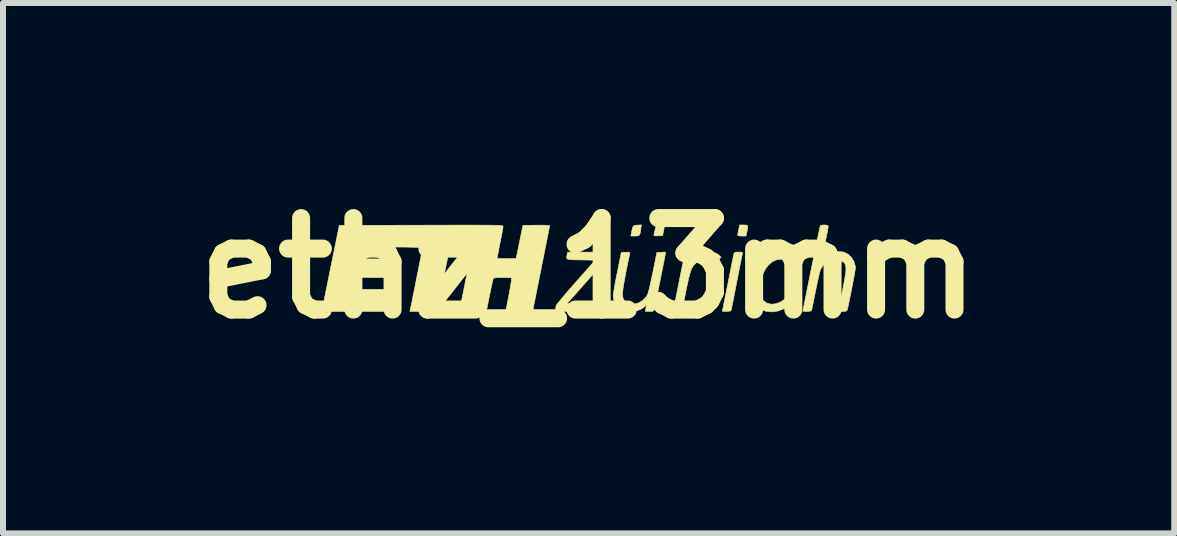
<source format=kicad_pcb>
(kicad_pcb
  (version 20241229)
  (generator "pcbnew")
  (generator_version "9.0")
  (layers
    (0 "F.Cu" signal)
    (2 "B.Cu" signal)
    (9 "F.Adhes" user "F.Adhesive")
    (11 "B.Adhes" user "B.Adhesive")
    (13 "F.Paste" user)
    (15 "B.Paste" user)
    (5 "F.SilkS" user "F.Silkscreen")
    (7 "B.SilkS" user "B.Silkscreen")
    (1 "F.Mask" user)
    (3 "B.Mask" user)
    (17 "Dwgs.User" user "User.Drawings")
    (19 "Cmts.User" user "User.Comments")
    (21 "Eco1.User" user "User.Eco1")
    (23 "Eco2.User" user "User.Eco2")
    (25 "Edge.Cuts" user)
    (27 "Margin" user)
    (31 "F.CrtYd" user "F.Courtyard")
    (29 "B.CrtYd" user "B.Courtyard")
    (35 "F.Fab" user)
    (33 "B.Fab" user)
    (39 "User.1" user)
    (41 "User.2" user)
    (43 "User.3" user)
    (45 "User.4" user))
  (footprint "ethz_13mm"
    (layer "F.Cu")
    (at 6.756 1.418)
    (property "Reference" "ethz_13mm" (at 0 0 0) (layer "F.SilkS") (effects (font (size 1.524 1.524) (thickness 0.3))))
    (attr through_hole)
    (fp_poly (pts (xy 0.869 -0.65) (xy 0.861 -0.594) (xy 0.851 -0.56) (xy 0.835 -0.543) (xy 0.807 -0.537) (xy 0.774 -0.536) (xy 0.704 -0.536) (xy 0.714 -0.589) (xy 0.726 -0.648) (xy 0.736 -0.684) (xy 0.75 -0.704) (xy 0.771 -0.713) (xy 0.804 -0.717) (xy 0.811 -0.717) (xy 0.879 -0.721) (xy 0.869 -0.65)) (stroke (width 0.01) (type solid)) (fill yes) (layer "F.SilkS"))
    (fp_poly (pts (xy 2.622 -0.719) (xy 2.644 -0.712) (xy 2.652 -0.694) (xy 2.648 -0.659) (xy 2.638 -0.607) (xy 2.622 -0.536) (xy 2.553 -0.536) (xy 2.513 -0.538) (xy 2.488 -0.544) (xy 2.484 -0.548) (xy 2.486 -0.567) (xy 2.493 -0.605) (xy 2.5 -0.64) (xy 2.516 -0.72) (xy 2.584 -0.72) (xy 2.622 -0.719)) (stroke (width 0.01) (type solid)) (fill yes) (layer "F.SilkS"))
    (fp_poly (pts (xy 1.25 -0.712) (xy 1.259 -0.691) (xy 1.255 -0.649) (xy 1.25 -0.626) (xy 1.234 -0.543) (xy 1.16 -0.539) (xy 1.119 -0.539) (xy 1.093 -0.542) (xy 1.087 -0.546) (xy 1.09 -0.565) (xy 1.098 -0.602) (xy 1.106 -0.635) (xy 1.117 -0.679) (xy 1.128 -0.703) (xy 1.146 -0.713) (xy 1.177 -0.717) (xy 1.177 -0.717) (xy 1.225 -0.719) (xy 1.25 -0.712)) (stroke (width 0.01) (type solid)) (fill yes) (layer "F.SilkS"))
    (fp_poly (pts (xy 2.541 -0.267) (xy 2.561 -0.261) (xy 2.564 -0.249) (xy 2.563 -0.243) (xy 2.558 -0.224) (xy 2.549 -0.18) (xy 2.536 -0.116) (xy 2.52 -0.034) (xy 2.501 0.061) (xy 2.481 0.166) (xy 2.469 0.226) (xy 2.448 0.335) (xy 2.428 0.436) (xy 2.411 0.525) (xy 2.396 0.599) (xy 2.385 0.655) (xy 2.378 0.688) (xy 2.376 0.695) (xy 2.365 0.711) (xy 2.338 0.718) (xy 2.299 0.72) (xy 2.259 0.719) (xy 2.234 0.717) (xy 2.23 0.716) (xy 2.232 0.701) (xy 2.24 0.663) (xy 2.251 0.604) (xy 2.266 0.53) (xy 2.283 0.444) (xy 2.302 0.349) (xy 2.322 0.25) (xy 2.342 0.151) (xy 2.361 0.055) (xy 2.379 -0.034) (xy 2.394 -0.111) (xy 2.407 -0.173) (xy 2.416 -0.216) (xy 2.42 -0.236) (xy 2.428 -0.255) (xy 2.446 -0.265) (xy 2.482 -0.268) (xy 2.499 -0.268) (xy 2.541 -0.267)) (stroke (width 0.01) (type solid)) (fill yes) (layer "F.SilkS"))
    (fp_poly (pts (xy 0.305 -0.209) (xy 0.294 -0.166) (xy 0.28 -0.133) (xy 0.276 -0.127) (xy 0.263 -0.112) (xy 0.233 -0.078) (xy 0.189 -0.028) (xy 0.133 0.034) (xy 0.068 0.108) (xy -0.004 0.188) (xy -0.049 0.24) (xy -0.356 0.586) (xy -0.099 0.589) (xy 0.159 0.593) (xy 0.15 0.637) (xy 0.144 0.674) (xy 0.141 0.7) (xy 0.137 0.706) (xy 0.121 0.711) (xy 0.092 0.715) (xy 0.047 0.717) (xy -0.019 0.719) (xy -0.107 0.719) (xy -0.205 0.72) (xy -0.55 0.72) (xy -0.55 0.685) (xy -0.545 0.643) (xy -0.538 0.618) (xy -0.526 0.6) (xy -0.497 0.564) (xy -0.454 0.512) (xy -0.399 0.447) (xy -0.335 0.372) (xy -0.263 0.289) (xy -0.207 0.226) (xy 0.111 -0.134) (xy -0.128 -0.138) (xy -0.217 -0.139) (xy -0.281 -0.141) (xy -0.325 -0.145) (xy -0.351 -0.152) (xy -0.363 -0.164) (xy -0.366 -0.181) (xy -0.362 -0.206) (xy -0.358 -0.224) (xy -0.349 -0.268) (xy 0.314 -0.268) (xy 0.305 -0.209)) (stroke (width 0.01) (type solid)) (fill yes) (layer "F.SilkS"))
    (fp_poly (pts (xy 3.301 -0.268) (xy 3.369 -0.25) (xy 3.428 -0.214) (xy 3.461 -0.186) (xy 3.489 -0.156) (xy 3.495 -0.132) (xy 3.479 -0.107) (xy 3.451 -0.081) (xy 3.404 -0.043) (xy 3.354 -0.09) (xy 3.29 -0.133) (xy 3.218 -0.151) (xy 3.143 -0.144) (xy 3.069 -0.113) (xy 3 -0.057) (xy 2.997 -0.054) (xy 2.943 0.018) (xy 2.9 0.106) (xy 2.87 0.202) (xy 2.854 0.3) (xy 2.854 0.393) (xy 2.871 0.473) (xy 2.878 0.489) (xy 2.918 0.547) (xy 2.973 0.583) (xy 3.04 0.6) (xy 3.114 0.594) (xy 3.191 0.567) (xy 3.238 0.538) (xy 3.298 0.495) (xy 3.338 0.537) (xy 3.362 0.567) (xy 3.367 0.592) (xy 3.352 0.616) (xy 3.315 0.643) (xy 3.258 0.674) (xy 3.153 0.714) (xy 3.049 0.728) (xy 2.95 0.716) (xy 2.947 0.715) (xy 2.858 0.679) (xy 2.791 0.625) (xy 2.744 0.554) (xy 2.717 0.463) (xy 2.71 0.361) (xy 2.72 0.224) (xy 2.752 0.097) (xy 2.802 -0.016) (xy 2.868 -0.113) (xy 2.951 -0.189) (xy 3.016 -0.228) (xy 3.072 -0.254) (xy 3.118 -0.268) (xy 3.168 -0.274) (xy 3.217 -0.274) (xy 3.301 -0.268)) (stroke (width 0.01) (type solid)) (fill yes) (layer "F.SilkS"))
    (fp_poly (pts (xy 2.079 -0.267) (xy 2.148 -0.235) (xy 2.169 -0.218) (xy 2.208 -0.183) (xy 2.154 -0.135) (xy 2.099 -0.086) (xy 2.057 -0.117) (xy 2 -0.143) (xy 1.933 -0.147) (xy 1.864 -0.13) (xy 1.821 -0.108) (xy 1.786 -0.083) (xy 1.757 -0.055) (xy 1.732 -0.022) (xy 1.711 0.02) (xy 1.692 0.076) (xy 1.672 0.148) (xy 1.651 0.241) (xy 1.629 0.348) (xy 1.61 0.44) (xy 1.593 0.523) (xy 1.579 0.594) (xy 1.567 0.648) (xy 1.561 0.681) (xy 1.559 0.688) (xy 1.551 0.707) (xy 1.533 0.717) (xy 1.497 0.72) (xy 1.481 0.72) (xy 1.441 0.719) (xy 1.416 0.717) (xy 1.411 0.716) (xy 1.414 0.701) (xy 1.421 0.663) (xy 1.433 0.604) (xy 1.447 0.53) (xy 1.465 0.444) (xy 1.483 0.349) (xy 1.503 0.25) (xy 1.523 0.151) (xy 1.542 0.055) (xy 1.56 -0.034) (xy 1.576 -0.111) (xy 1.588 -0.173) (xy 1.597 -0.216) (xy 1.602 -0.236) (xy 1.61 -0.256) (xy 1.628 -0.265) (xy 1.664 -0.268) (xy 1.679 -0.268) (xy 1.748 -0.268) (xy 1.732 -0.162) (xy 1.765 -0.192) (xy 1.836 -0.24) (xy 1.917 -0.269) (xy 1.999 -0.278) (xy 2.079 -0.267)) (stroke (width 0.01) (type solid)) (fill yes) (layer "F.SilkS"))
    (fp_poly (pts (xy 0.682 -0.264) (xy 0.688 -0.253) (xy 0.685 -0.237) (xy 0.665 -0.148) (xy 0.645 -0.051) (xy 0.625 0.049) (xy 0.607 0.147) (xy 0.59 0.238) (xy 0.577 0.317) (xy 0.569 0.379) (xy 0.565 0.42) (xy 0.564 0.425) (xy 0.573 0.497) (xy 0.599 0.548) (xy 0.645 0.581) (xy 0.677 0.593) (xy 0.752 0.599) (xy 0.827 0.581) (xy 0.896 0.543) (xy 0.953 0.487) (xy 0.981 0.441) (xy 0.992 0.412) (xy 1.006 0.36) (xy 1.023 0.29) (xy 1.042 0.206) (xy 1.062 0.113) (xy 1.072 0.064) (xy 1.137 -0.261) (xy 1.211 -0.265) (xy 1.252 -0.267) (xy 1.278 -0.266) (xy 1.284 -0.265) (xy 1.281 -0.25) (xy 1.274 -0.211) (xy 1.263 -0.153) (xy 1.248 -0.079) (xy 1.231 0.008) (xy 1.212 0.102) (xy 1.192 0.201) (xy 1.172 0.301) (xy 1.153 0.397) (xy 1.135 0.485) (xy 1.119 0.563) (xy 1.107 0.625) (xy 1.098 0.668) (xy 1.094 0.688) (xy 1.085 0.707) (xy 1.067 0.717) (xy 1.031 0.72) (xy 1.017 0.72) (xy 0.947 0.72) (xy 0.955 0.667) (xy 0.964 0.614) (xy 0.93 0.645) (xy 0.868 0.686) (xy 0.79 0.714) (xy 0.707 0.728) (xy 0.628 0.724) (xy 0.588 0.714) (xy 0.515 0.673) (xy 0.459 0.612) (xy 0.422 0.538) (xy 0.41 0.459) (xy 0.413 0.429) (xy 0.421 0.376) (xy 0.433 0.305) (xy 0.448 0.221) (xy 0.466 0.127) (xy 0.478 0.071) (xy 0.544 -0.261) (xy 0.618 -0.265) (xy 0.661 -0.267) (xy 0.682 -0.264)) (stroke (width 0.01) (type solid)) (fill yes) (layer "F.SilkS"))
    (fp_poly (pts (xy 3.948 -0.719) (xy 3.979 -0.713) (xy 3.993 -0.702) (xy 3.993 -0.701) (xy 3.991 -0.681) (xy 3.983 -0.639) (xy 3.972 -0.579) (xy 3.958 -0.506) (xy 3.944 -0.437) (xy 3.928 -0.358) (xy 3.914 -0.29) (xy 3.904 -0.235) (xy 3.897 -0.201) (xy 3.895 -0.189) (xy 3.906 -0.194) (xy 3.935 -0.208) (xy 3.969 -0.226) (xy 4.061 -0.262) (xy 4.154 -0.277) (xy 4.242 -0.27) (xy 4.249 -0.268) (xy 4.319 -0.235) (xy 4.377 -0.181) (xy 4.42 -0.112) (xy 4.443 -0.033) (xy 4.445 0) (xy 4.442 0.022) (xy 4.435 0.066) (xy 4.424 0.128) (xy 4.41 0.204) (xy 4.394 0.288) (xy 4.377 0.375) (xy 4.36 0.461) (xy 4.343 0.54) (xy 4.329 0.608) (xy 4.318 0.661) (xy 4.31 0.692) (xy 4.309 0.695) (xy 4.298 0.711) (xy 4.271 0.718) (xy 4.232 0.72) (xy 4.192 0.719) (xy 4.167 0.717) (xy 4.163 0.715) (xy 4.165 0.701) (xy 4.173 0.663) (xy 4.184 0.605) (xy 4.199 0.531) (xy 4.216 0.445) (xy 4.226 0.395) (xy 4.25 0.272) (xy 4.268 0.174) (xy 4.28 0.096) (xy 4.287 0.036) (xy 4.287 -0.009) (xy 4.283 -0.044) (xy 4.273 -0.07) (xy 4.261 -0.089) (xy 4.214 -0.129) (xy 4.155 -0.147) (xy 4.089 -0.146) (xy 4.022 -0.127) (xy 3.959 -0.092) (xy 3.904 -0.042) (xy 3.865 0.021) (xy 3.862 0.028) (xy 3.853 0.057) (xy 3.84 0.108) (xy 3.824 0.177) (xy 3.806 0.259) (xy 3.787 0.349) (xy 3.782 0.374) (xy 3.765 0.463) (xy 3.748 0.544) (xy 3.734 0.612) (xy 3.724 0.662) (xy 3.717 0.691) (xy 3.716 0.695) (xy 3.705 0.711) (xy 3.678 0.718) (xy 3.64 0.72) (xy 3.6 0.719) (xy 3.575 0.717) (xy 3.57 0.716) (xy 3.573 0.699) (xy 3.581 0.658) (xy 3.593 0.596) (xy 3.609 0.516) (xy 3.628 0.421) (xy 3.649 0.315) (xy 3.672 0.2) (xy 3.696 0.08) (xy 3.721 -0.042) (xy 3.746 -0.162) (xy 3.77 -0.278) (xy 3.792 -0.387) (xy 3.812 -0.485) (xy 3.83 -0.568) (xy 3.844 -0.635) (xy 3.854 -0.681) (xy 3.859 -0.704) (xy 3.86 -0.706) (xy 3.878 -0.716) (xy 3.911 -0.72) (xy 3.948 -0.719)) (stroke (width 0.01) (type solid)) (fill yes) (layer "F.SilkS"))
    (fp_poly (pts (xy -1.905 -0.718) (xy -1.795 -0.717) (xy -1.703 -0.717) (xy -1.628 -0.716) (xy -1.567 -0.715) (xy -1.52 -0.713) (xy -1.485 -0.711) (xy -1.459 -0.709) (xy -1.442 -0.707) (xy -1.432 -0.703) (xy -1.427 -0.7) (xy -1.425 -0.696) (xy -1.425 -0.694) (xy -1.428 -0.672) (xy -1.435 -0.628) (xy -1.447 -0.566) (xy -1.461 -0.491) (xy -1.475 -0.423) (xy -1.491 -0.343) (xy -1.504 -0.273) (xy -1.515 -0.217) (xy -1.522 -0.18) (xy -1.524 -0.166) (xy -1.511 -0.162) (xy -1.475 -0.159) (xy -1.422 -0.158) (xy -1.366 -0.158) (xy -1.207 -0.162) (xy -1.094 -0.713) (xy -0.871 -0.716) (xy -0.796 -0.717) (xy -0.731 -0.716) (xy -0.682 -0.714) (xy -0.654 -0.711) (xy -0.649 -0.708) (xy -0.652 -0.693) (xy -0.66 -0.652) (xy -0.672 -0.589) (xy -0.688 -0.506) (xy -0.708 -0.406) (xy -0.731 -0.292) (xy -0.756 -0.166) (xy -0.783 -0.031) (xy -0.79 0.006) (xy -0.818 0.143) (xy -0.843 0.271) (xy -0.867 0.388) (xy -0.887 0.491) (xy -0.905 0.578) (xy -0.918 0.646) (xy -0.927 0.691) (xy -0.931 0.713) (xy -0.931 0.714) (xy -0.945 0.716) (xy -0.981 0.718) (xy -1.037 0.719) (xy -1.107 0.72) (xy -1.157 0.72) (xy -1.383 0.72) (xy -1.376 0.688) (xy -1.366 0.644) (xy -1.354 0.584) (xy -1.34 0.514) (xy -1.326 0.439) (xy -1.312 0.364) (xy -1.3 0.294) (xy -1.29 0.234) (xy -1.284 0.189) (xy -1.281 0.165) (xy -1.282 0.162) (xy -1.298 0.159) (xy -1.336 0.157) (xy -1.39 0.156) (xy -1.435 0.155) (xy -1.502 0.156) (xy -1.546 0.158) (xy -1.572 0.163) (xy -1.586 0.171) (xy -1.591 0.18) (xy -1.596 0.201) (xy -1.606 0.245) (xy -1.62 0.307) (xy -1.635 0.381) (xy -1.651 0.458) (xy -1.702 0.713) (xy -1.923 0.716) (xy -2.01 0.718) (xy -2.072 0.717) (xy -2.113 0.715) (xy -2.136 0.71) (xy -2.145 0.704) (xy -2.145 0.702) (xy -2.142 0.684) (xy -2.135 0.642) (xy -2.123 0.579) (xy -2.107 0.497) (xy -2.088 0.401) (xy -2.066 0.292) (xy -2.043 0.175) (xy -2.041 0.165) (xy -1.937 -0.353) (xy -2.126 -0.353) (xy -2.195 -0.352) (xy -2.253 -0.352) (xy -2.294 -0.351) (xy -2.313 -0.349) (xy -2.314 -0.349) (xy -2.317 -0.334) (xy -2.325 -0.296) (xy -2.337 -0.235) (xy -2.352 -0.156) (xy -2.371 -0.061) (xy -2.393 0.046) (xy -2.416 0.163) (xy -2.42 0.183) (xy -2.444 0.301) (xy -2.465 0.41) (xy -2.485 0.508) (xy -2.501 0.59) (xy -2.514 0.653) (xy -2.522 0.696) (xy -2.526 0.715) (xy -2.526 0.716) (xy -2.539 0.717) (xy -2.576 0.718) (xy -2.632 0.719) (xy -2.701 0.72) (xy -2.752 0.72) (xy -2.978 0.72) (xy -2.97 0.688) (xy -2.965 0.662) (xy -2.955 0.615) (xy -2.941 0.548) (xy -2.925 0.466) (xy -2.906 0.374) (xy -2.886 0.274) (xy -2.866 0.17) (xy -2.845 0.067) (xy -2.825 -0.032) (xy -2.807 -0.124) (xy -2.792 -0.204) (xy -2.779 -0.269) (xy -2.77 -0.315) (xy -2.766 -0.338) (xy -2.766 -0.34) (xy -2.779 -0.343) (xy -2.818 -0.346) (xy -2.879 -0.348) (xy -2.959 -0.35) (xy -3.055 -0.352) (xy -3.163 -0.352) (xy -3.273 -0.353) (xy -3.779 -0.353) (xy -3.795 -0.282) (xy -3.804 -0.241) (xy -3.81 -0.211) (xy -3.81 -0.188) (xy -3.8 -0.173) (xy -3.778 -0.163) (xy -3.741 -0.158) (xy -3.685 -0.155) (xy -3.607 -0.155) (xy -3.505 -0.155) (xy -3.491 -0.155) (xy -3.384 -0.155) (xy -3.303 -0.154) (xy -3.244 -0.152) (xy -3.206 -0.149) (xy -3.185 -0.145) (xy -3.178 -0.139) (xy -3.179 -0.138) (xy -3.184 -0.117) (xy -3.193 -0.075) (xy -3.204 -0.02) (xy -3.211 0.018) (xy -3.237 0.155) (xy -3.558 0.155) (xy -3.662 0.155) (xy -3.741 0.155) (xy -3.799 0.157) (xy -3.84 0.161) (xy -3.866 0.168) (xy -3.882 0.18) (xy -3.891 0.197) (xy -3.896 0.22) (xy -3.901 0.251) (xy -3.902 0.254) (xy -3.91 0.295) (xy -3.917 0.327) (xy -3.918 0.328) (xy -3.918 0.336) (xy -3.913 0.342) (xy -3.898 0.346) (xy -3.87 0.349) (xy -3.826 0.351) (xy -3.762 0.352) (xy -3.676 0.353) (xy -3.606 0.353) (xy -3.503 0.353) (xy -3.425 0.354) (xy -3.368 0.355) (xy -3.329 0.357) (xy -3.305 0.361) (xy -3.293 0.366) (xy -3.288 0.373) (xy -3.288 0.376) (xy -3.29 0.399) (xy -3.298 0.443) (xy -3.308 0.502) (xy -3.319 0.56) (xy -3.35 0.72) (xy -4.444 0.72) (xy -4.435 0.674) (xy -4.431 0.651) (xy -4.421 0.604) (xy -4.407 0.534) (xy -4.389 0.446) (xy -4.368 0.342) (xy -4.344 0.224) (xy -4.318 0.096) (xy -4.291 -0.039) (xy -4.29 -0.042) (xy -4.154 -0.713) (xy -2.79 -0.716) (xy -2.563 -0.717) (xy -2.363 -0.717) (xy -2.188 -0.718) (xy -2.036 -0.718) (xy -1.905 -0.718)) (stroke (width 0.01) (type solid)) (fill yes) (layer "F.SilkS")))
  (gr_rect
    (start -3 -3)
    (end 16.513 5.836)
    (stroke (width 0.1) (type default))
    (fill no)
    (layer "Edge.Cuts")))
</source>
